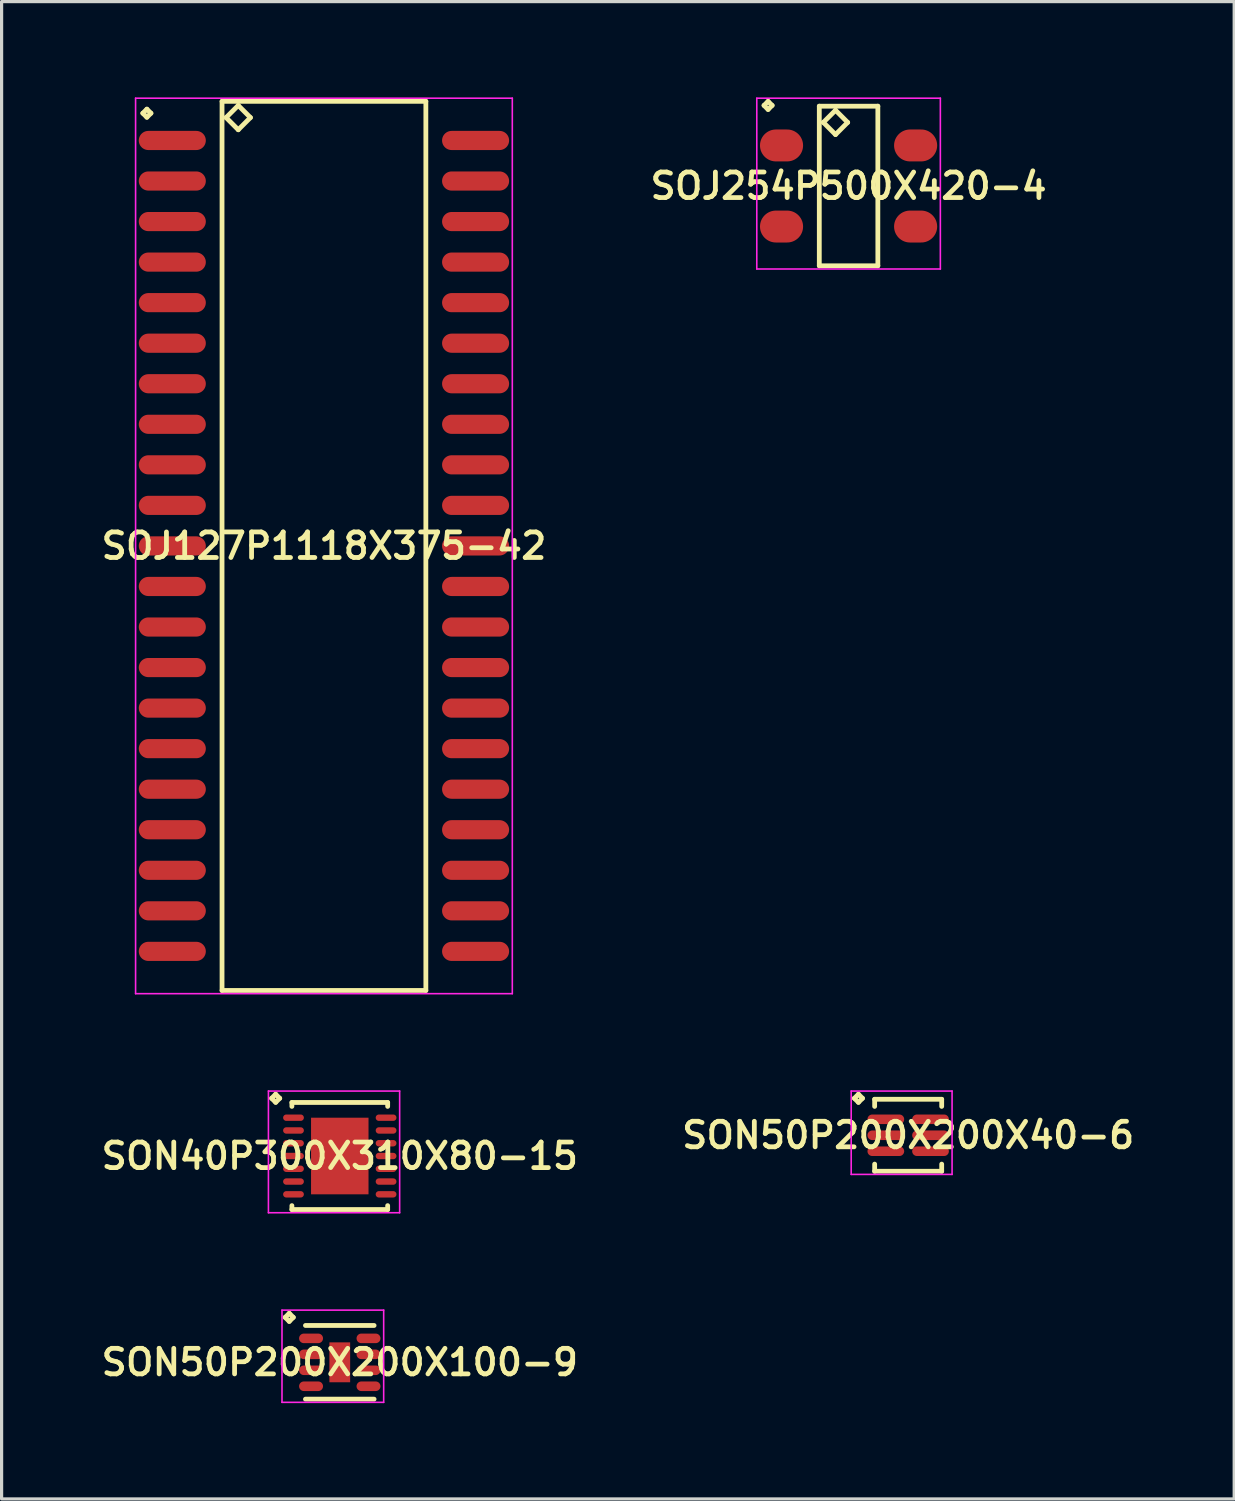
<source format=kicad_pcb>
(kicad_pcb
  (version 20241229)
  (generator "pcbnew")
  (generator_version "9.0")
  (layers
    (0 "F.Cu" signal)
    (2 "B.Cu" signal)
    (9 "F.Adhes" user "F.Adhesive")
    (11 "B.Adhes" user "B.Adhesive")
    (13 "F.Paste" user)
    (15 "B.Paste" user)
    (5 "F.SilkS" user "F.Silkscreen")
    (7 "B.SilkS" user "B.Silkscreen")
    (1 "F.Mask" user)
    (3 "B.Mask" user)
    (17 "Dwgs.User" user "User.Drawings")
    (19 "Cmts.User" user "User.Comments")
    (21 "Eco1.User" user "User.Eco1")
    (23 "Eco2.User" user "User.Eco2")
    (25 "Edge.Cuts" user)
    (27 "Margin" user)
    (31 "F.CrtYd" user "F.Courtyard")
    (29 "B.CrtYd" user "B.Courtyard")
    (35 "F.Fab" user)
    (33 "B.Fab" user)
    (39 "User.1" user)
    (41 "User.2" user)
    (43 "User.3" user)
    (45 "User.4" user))
  (footprint "SON40P300X310X80-15"
    (layer "F.Cu")
    (at 7.593 33.16)
    (property "Reference" "SON40P300X310X80-15" (at 0 0 0) (layer "F.SilkS") (effects (font (size 0.8 0.8) (thickness 0.15))))
    (attr smd)
    (fp_line (start -2.135 -1.808) (end -2.008 -1.935) (stroke (width 0.15) (type solid)) (layer "F.SilkS"))
    (fp_line (start -2.008 -1.935) (end -1.881 -1.808) (stroke (width 0.15) (type solid)) (layer "F.SilkS"))
    (fp_line (start -2.008 -1.681) (end -2.135 -1.808) (stroke (width 0.15) (type solid)) (layer "F.SilkS"))
    (fp_line (start -1.881 -1.808) (end -2.008 -1.681) (stroke (width 0.15) (type solid)) (layer "F.SilkS"))
    (fp_line (start -1.5 -1.677) (end 1.5 -1.677) (stroke (width 0.15) (type solid)) (layer "F.SilkS"))
    (fp_line (start -1.5 -1.554) (end -1.5 -1.677) (stroke (width 0.15) (type solid)) (layer "F.SilkS"))
    (fp_line (start -1.5 1.554) (end -1.5 1.677) (stroke (width 0.15) (type solid)) (layer "F.SilkS"))
    (fp_line (start -1.5 1.677) (end 1.5 1.677) (stroke (width 0.15) (type solid)) (layer "F.SilkS"))
    (fp_line (start 1.5 -1.677) (end 1.5 -1.554) (stroke (width 0.15) (type solid)) (layer "F.SilkS"))
    (fp_line (start 1.5 1.677) (end 1.5 1.554) (stroke (width 0.15) (type solid)) (layer "F.SilkS"))
    (fp_line (start -2.235 -2.035) (end 1.875 -2.035) (stroke (width 0.05) (type solid)) (layer "F.CrtYd"))
    (fp_line (start -2.235 1.777) (end -2.235 -2.035) (stroke (width 0.05) (type solid)) (layer "F.CrtYd"))
    (fp_line (start 1.875 -2.035) (end 1.875 1.777) (stroke (width 0.05) (type solid)) (layer "F.CrtYd"))
    (fp_line (start 1.875 1.777) (end -2.235 1.777) (stroke (width 0.05) (type solid)) (layer "F.CrtYd"))
    (pad "1" smd oval (at -1.45 -1.2) (size 0.65 0.2) (layers "F.Cu" "F.Mask" "F.Paste"))
    (pad "2" smd oval (at -1.45 -0.8) (size 0.65 0.2) (layers "F.Cu" "F.Mask" "F.Paste"))
    (pad "3" smd oval (at -1.45 -0.4) (size 0.65 0.2) (layers "F.Cu" "F.Mask" "F.Paste"))
    (pad "4" smd oval (at -1.45 0) (size 0.65 0.2) (layers "F.Cu" "F.Mask" "F.Paste"))
    (pad "5" smd oval (at -1.45 0.4) (size 0.65 0.2) (layers "F.Cu" "F.Mask" "F.Paste"))
    (pad "6" smd oval (at -1.45 0.8) (size 0.65 0.2) (layers "F.Cu" "F.Mask" "F.Paste"))
    (pad "7" smd oval (at -1.45 1.2) (size 0.65 0.2) (layers "F.Cu" "F.Mask" "F.Paste"))
    (pad "8" smd oval (at 1.45 1.2) (size 0.65 0.2) (layers "F.Cu" "F.Mask" "F.Paste"))
    (pad "9" smd oval (at 1.45 0.8) (size 0.65 0.2) (layers "F.Cu" "F.Mask" "F.Paste"))
    (pad "10" smd oval (at 1.45 0.4) (size 0.65 0.2) (layers "F.Cu" "F.Mask" "F.Paste"))
    (pad "11" smd oval (at 1.45 0) (size 0.65 0.2) (layers "F.Cu" "F.Mask" "F.Paste"))
    (pad "12" smd oval (at 1.45 -0.4) (size 0.65 0.2) (layers "F.Cu" "F.Mask" "F.Paste"))
    (pad "13" smd oval (at 1.45 -0.8) (size 0.65 0.2) (layers "F.Cu" "F.Mask" "F.Paste"))
    (pad "14" smd oval (at 1.45 -1.2) (size 0.65 0.2) (layers "F.Cu" "F.Mask" "F.Paste"))
    (pad "15" smd rect (at 0 0) (size 1.8 2.4) (layers "F.Cu" "F.Mask" "F.Paste")))
  (footprint "SOJ254P500X420-4"
    (layer "F.Cu")
    (at 23.53 2.776)
    (property "Reference" "SOJ254P500X420-4" (at 0 0 0) (layer "F.SilkS") (effects (font (size 0.8 0.8) (thickness 0.15))))
    (attr smd)
    (fp_line (start -2.648 -2.524) (end -2.521 -2.651) (stroke (width 0.15) (type solid)) (layer "F.SilkS"))
    (fp_line (start -2.521 -2.651) (end -2.394 -2.524) (stroke (width 0.15) (type solid)) (layer "F.SilkS"))
    (fp_line (start -2.521 -2.397) (end -2.648 -2.524) (stroke (width 0.15) (type solid)) (layer "F.SilkS"))
    (fp_line (start -2.394 -2.524) (end -2.521 -2.397) (stroke (width 0.15) (type solid)) (layer "F.SilkS"))
    (fp_line (start -0.917 -2.5) (end -0.917 2.5) (stroke (width 0.15) (type solid)) (layer "F.SilkS"))
    (fp_line (start -0.917 2.5) (end 0.917 2.5) (stroke (width 0.15) (type solid)) (layer "F.SilkS"))
    (fp_line (start -0.79 -1.992) (end -0.409 -2.373) (stroke (width 0.15) (type solid)) (layer "F.SilkS"))
    (fp_line (start -0.409 -2.373) (end -0.028 -1.992) (stroke (width 0.15) (type solid)) (layer "F.SilkS"))
    (fp_line (start -0.409 -1.611) (end -0.79 -1.992) (stroke (width 0.15) (type solid)) (layer "F.SilkS"))
    (fp_line (start -0.028 -1.992) (end -0.409 -1.611) (stroke (width 0.15) (type solid)) (layer "F.SilkS"))
    (fp_line (start 0.917 -2.5) (end -0.917 -2.5) (stroke (width 0.15) (type solid)) (layer "F.SilkS"))
    (fp_line (start 0.917 2.5) (end 0.917 -2.5) (stroke (width 0.15) (type solid)) (layer "F.SilkS"))
    (fp_line (start -2.875 -2.751) (end 2.875 -2.751) (stroke (width 0.05) (type solid)) (layer "F.CrtYd"))
    (fp_line (start -2.875 2.6) (end -2.875 -2.751) (stroke (width 0.05) (type solid)) (layer "F.CrtYd"))
    (fp_line (start 2.875 -2.751) (end 2.875 2.6) (stroke (width 0.05) (type solid)) (layer "F.CrtYd"))
    (fp_line (start 2.875 2.6) (end -2.875 2.6) (stroke (width 0.05) (type solid)) (layer "F.CrtYd"))
    (pad "1" smd oval (at -2.1 -1.27) (size 1.35 1) (layers "F.Cu" "F.Mask" "F.Paste"))
    (pad "2" smd oval (at -2.1 1.27) (size 1.35 1) (layers "F.Cu" "F.Mask" "F.Paste"))
    (pad "3" smd oval (at 2.1 1.27) (size 1.35 1) (layers "F.Cu" "F.Mask" "F.Paste"))
    (pad "4" smd oval (at 2.1 -1.27) (size 1.35 1) (layers "F.Cu" "F.Mask" "F.Paste")))
  (footprint "SON50P200X200X100-9"
    (layer "F.Cu")
    (at 7.593 39.622)
    (property "Reference" "SON50P200X200X100-9" (at 0 0 0) (layer "F.SilkS") (effects (font (size 0.8 0.8) (thickness 0.15))))
    (attr smd)
    (fp_line (start -1.71 -1.408) (end -1.583 -1.535) (stroke (width 0.15) (type solid)) (layer "F.SilkS"))
    (fp_line (start -1.583 -1.535) (end -1.456 -1.408) (stroke (width 0.15) (type solid)) (layer "F.SilkS"))
    (fp_line (start -1.583 -1.281) (end -1.71 -1.408) (stroke (width 0.15) (type solid)) (layer "F.SilkS"))
    (fp_line (start -1.456 -1.408) (end -1.583 -1.281) (stroke (width 0.15) (type solid)) (layer "F.SilkS"))
    (fp_line (start -1.075 -1.154) (end 1.075 -1.154) (stroke (width 0.15) (type solid)) (layer "F.SilkS"))
    (fp_line (start -1.075 1.154) (end 1.075 1.154) (stroke (width 0.15) (type solid)) (layer "F.SilkS"))
    (fp_line (start -1.81 -1.635) (end 1.375 -1.635) (stroke (width 0.05) (type solid)) (layer "F.CrtYd"))
    (fp_line (start -1.81 1.254) (end -1.81 -1.635) (stroke (width 0.05) (type solid)) (layer "F.CrtYd"))
    (fp_line (start 1.375 -1.635) (end 1.375 1.254) (stroke (width 0.05) (type solid)) (layer "F.CrtYd"))
    (fp_line (start 1.375 1.254) (end -1.81 1.254) (stroke (width 0.05) (type solid)) (layer "F.CrtYd"))
    (pad "1" smd oval (at -0.9 -0.75) (size 0.75 0.3) (layers "F.Cu" "F.Mask" "F.Paste"))
    (pad "2" smd oval (at -0.9 -0.25) (size 0.75 0.3) (layers "F.Cu" "F.Mask" "F.Paste"))
    (pad "3" smd oval (at -0.9 0.25) (size 0.75 0.3) (layers "F.Cu" "F.Mask" "F.Paste"))
    (pad "4" smd oval (at -0.9 0.75) (size 0.75 0.3) (layers "F.Cu" "F.Mask" "F.Paste"))
    (pad "5" smd oval (at 0.9 0.75) (size 0.75 0.3) (layers "F.Cu" "F.Mask" "F.Paste"))
    (pad "6" smd oval (at 0.9 0.25) (size 0.75 0.3) (layers "F.Cu" "F.Mask" "F.Paste"))
    (pad "7" smd oval (at 0.9 -0.25) (size 0.75 0.3) (layers "F.Cu" "F.Mask" "F.Paste"))
    (pad "8" smd oval (at 0.9 -0.75) (size 0.75 0.3) (layers "F.Cu" "F.Mask" "F.Paste"))
    (pad "9" smd rect (at 0 0) (size 0.65 1.25) (layers "F.Cu" "F.Mask" "F.Paste")))
  (footprint "SOJ127P1118X375-42"
    (layer "F.Cu")
    (at 7.097 14.05)
    (property "Reference" "SOJ127P1118X375-42" (at 0 0 0) (layer "F.SilkS") (effects (font (size 0.8 0.8) (thickness 0.15))))
    (attr smd)
    (fp_line (start -5.673 -13.554) (end -5.546 -13.681) (stroke (width 0.15) (type solid)) (layer "F.SilkS"))
    (fp_line (start -5.546 -13.681) (end -5.419 -13.554) (stroke (width 0.15) (type solid)) (layer "F.SilkS"))
    (fp_line (start -5.546 -13.427) (end -5.673 -13.554) (stroke (width 0.15) (type solid)) (layer "F.SilkS"))
    (fp_line (start -5.419 -13.554) (end -5.546 -13.427) (stroke (width 0.15) (type solid)) (layer "F.SilkS"))
    (fp_line (start -3.192 -13.925) (end -3.192 13.925) (stroke (width 0.15) (type solid)) (layer "F.SilkS"))
    (fp_line (start -3.192 13.925) (end 3.192 13.925) (stroke (width 0.15) (type solid)) (layer "F.SilkS"))
    (fp_line (start -3.065 -13.417) (end -2.684 -13.798) (stroke (width 0.15) (type solid)) (layer "F.SilkS"))
    (fp_line (start -2.684 -13.798) (end -2.303 -13.417) (stroke (width 0.15) (type solid)) (layer "F.SilkS"))
    (fp_line (start -2.684 -13.036) (end -3.065 -13.417) (stroke (width 0.15) (type solid)) (layer "F.SilkS"))
    (fp_line (start -2.303 -13.417) (end -2.684 -13.036) (stroke (width 0.15) (type solid)) (layer "F.SilkS"))
    (fp_line (start 3.192 -13.925) (end -3.192 -13.925) (stroke (width 0.15) (type solid)) (layer "F.SilkS"))
    (fp_line (start 3.192 13.925) (end 3.192 -13.925) (stroke (width 0.15) (type solid)) (layer "F.SilkS"))
    (fp_line (start -5.9 -14.025) (end 5.9 -14.025) (stroke (width 0.05) (type solid)) (layer "F.CrtYd"))
    (fp_line (start -5.9 14.025) (end -5.9 -14.025) (stroke (width 0.05) (type solid)) (layer "F.CrtYd"))
    (fp_line (start 5.9 -14.025) (end 5.9 14.025) (stroke (width 0.05) (type solid)) (layer "F.CrtYd"))
    (fp_line (start 5.9 14.025) (end -5.9 14.025) (stroke (width 0.05) (type solid)) (layer "F.CrtYd"))
    (pad "1" smd oval (at -4.75 -12.7) (size 2.1 0.6) (layers "F.Cu" "F.Mask" "F.Paste"))
    (pad "2" smd oval (at -4.75 -11.43) (size 2.1 0.6) (layers "F.Cu" "F.Mask" "F.Paste"))
    (pad "3" smd oval (at -4.75 -10.16) (size 2.1 0.6) (layers "F.Cu" "F.Mask" "F.Paste"))
    (pad "4" smd oval (at -4.75 -8.89) (size 2.1 0.6) (layers "F.Cu" "F.Mask" "F.Paste"))
    (pad "5" smd oval (at -4.75 -7.62) (size 2.1 0.6) (layers "F.Cu" "F.Mask" "F.Paste"))
    (pad "6" smd oval (at -4.75 -6.35) (size 2.1 0.6) (layers "F.Cu" "F.Mask" "F.Paste"))
    (pad "7" smd oval (at -4.75 -5.08) (size 2.1 0.6) (layers "F.Cu" "F.Mask" "F.Paste"))
    (pad "8" smd oval (at -4.75 -3.81) (size 2.1 0.6) (layers "F.Cu" "F.Mask" "F.Paste"))
    (pad "9" smd oval (at -4.75 -2.54) (size 2.1 0.6) (layers "F.Cu" "F.Mask" "F.Paste"))
    (pad "10" smd oval (at -4.75 -1.27) (size 2.1 0.6) (layers "F.Cu" "F.Mask" "F.Paste"))
    (pad "11" smd oval (at -4.75 0) (size 2.1 0.6) (layers "F.Cu" "F.Mask" "F.Paste"))
    (pad "12" smd oval (at -4.75 1.27) (size 2.1 0.6) (layers "F.Cu" "F.Mask" "F.Paste"))
    (pad "13" smd oval (at -4.75 2.54) (size 2.1 0.6) (layers "F.Cu" "F.Mask" "F.Paste"))
    (pad "14" smd oval (at -4.75 3.81) (size 2.1 0.6) (layers "F.Cu" "F.Mask" "F.Paste"))
    (pad "15" smd oval (at -4.75 5.08) (size 2.1 0.6) (layers "F.Cu" "F.Mask" "F.Paste"))
    (pad "16" smd oval (at -4.75 6.35) (size 2.1 0.6) (layers "F.Cu" "F.Mask" "F.Paste"))
    (pad "17" smd oval (at -4.75 7.62) (size 2.1 0.6) (layers "F.Cu" "F.Mask" "F.Paste"))
    (pad "18" smd oval (at -4.75 8.89) (size 2.1 0.6) (layers "F.Cu" "F.Mask" "F.Paste"))
    (pad "19" smd oval (at -4.75 10.16) (size 2.1 0.6) (layers "F.Cu" "F.Mask" "F.Paste"))
    (pad "20" smd oval (at -4.75 11.43) (size 2.1 0.6) (layers "F.Cu" "F.Mask" "F.Paste"))
    (pad "21" smd oval (at -4.75 12.7) (size 2.1 0.6) (layers "F.Cu" "F.Mask" "F.Paste"))
    (pad "22" smd oval (at 4.75 12.7) (size 2.1 0.6) (layers "F.Cu" "F.Mask" "F.Paste"))
    (pad "23" smd oval (at 4.75 11.43) (size 2.1 0.6) (layers "F.Cu" "F.Mask" "F.Paste"))
    (pad "24" smd oval (at 4.75 10.16) (size 2.1 0.6) (layers "F.Cu" "F.Mask" "F.Paste"))
    (pad "25" smd oval (at 4.75 8.89) (size 2.1 0.6) (layers "F.Cu" "F.Mask" "F.Paste"))
    (pad "26" smd oval (at 4.75 7.62) (size 2.1 0.6) (layers "F.Cu" "F.Mask" "F.Paste"))
    (pad "27" smd oval (at 4.75 6.35) (size 2.1 0.6) (layers "F.Cu" "F.Mask" "F.Paste"))
    (pad "28" smd oval (at 4.75 5.08) (size 2.1 0.6) (layers "F.Cu" "F.Mask" "F.Paste"))
    (pad "29" smd oval (at 4.75 3.81) (size 2.1 0.6) (layers "F.Cu" "F.Mask" "F.Paste"))
    (pad "30" smd oval (at 4.75 2.54) (size 2.1 0.6) (layers "F.Cu" "F.Mask" "F.Paste"))
    (pad "31" smd oval (at 4.75 1.27) (size 2.1 0.6) (layers "F.Cu" "F.Mask" "F.Paste"))
    (pad "32" smd oval (at 4.75 0) (size 2.1 0.6) (layers "F.Cu" "F.Mask" "F.Paste"))
    (pad "33" smd oval (at 4.75 -1.27) (size 2.1 0.6) (layers "F.Cu" "F.Mask" "F.Paste"))
    (pad "34" smd oval (at 4.75 -2.54) (size 2.1 0.6) (layers "F.Cu" "F.Mask" "F.Paste"))
    (pad "35" smd oval (at 4.75 -3.81) (size 2.1 0.6) (layers "F.Cu" "F.Mask" "F.Paste"))
    (pad "36" smd oval (at 4.75 -5.08) (size 2.1 0.6) (layers "F.Cu" "F.Mask" "F.Paste"))
    (pad "37" smd oval (at 4.75 -6.35) (size 2.1 0.6) (layers "F.Cu" "F.Mask" "F.Paste"))
    (pad "38" smd oval (at 4.75 -7.62) (size 2.1 0.6) (layers "F.Cu" "F.Mask" "F.Paste"))
    (pad "39" smd oval (at 4.75 -8.89) (size 2.1 0.6) (layers "F.Cu" "F.Mask" "F.Paste"))
    (pad "40" smd oval (at 4.75 -10.16) (size 2.1 0.6) (layers "F.Cu" "F.Mask" "F.Paste"))
    (pad "41" smd oval (at 4.75 -11.43) (size 2.1 0.6) (layers "F.Cu" "F.Mask" "F.Paste"))
    (pad "42" smd oval (at 4.75 -12.7) (size 2.1 0.6) (layers "F.Cu" "F.Mask" "F.Paste")))
  (footprint "SON50P200X200X40-6"
    (layer "F.Cu")
    (at 25.397 32.51)
    (property "Reference" "SON50P200X200X40-6" (at 0 0 0) (layer "F.SilkS") (effects (font (size 0.8 0.8) (thickness 0.15))))
    (attr smd)
    (fp_line (start -1.685 -1.158) (end -1.558 -1.285) (stroke (width 0.15) (type solid)) (layer "F.SilkS"))
    (fp_line (start -1.558 -1.285) (end -1.431 -1.158) (stroke (width 0.15) (type solid)) (layer "F.SilkS"))
    (fp_line (start -1.558 -1.031) (end -1.685 -1.158) (stroke (width 0.15) (type solid)) (layer "F.SilkS"))
    (fp_line (start -1.431 -1.158) (end -1.558 -1.031) (stroke (width 0.15) (type solid)) (layer "F.SilkS"))
    (fp_line (start -1.05 -1.127) (end 1.05 -1.127) (stroke (width 0.15) (type solid)) (layer "F.SilkS"))
    (fp_line (start -1.05 -0.904) (end -1.05 -1.127) (stroke (width 0.15) (type solid)) (layer "F.SilkS"))
    (fp_line (start -1.05 0.904) (end -1.05 1.127) (stroke (width 0.15) (type solid)) (layer "F.SilkS"))
    (fp_line (start -1.05 1.127) (end 1.05 1.127) (stroke (width 0.15) (type solid)) (layer "F.SilkS"))
    (fp_line (start 1.05 -1.127) (end 1.05 -0.904) (stroke (width 0.15) (type solid)) (layer "F.SilkS"))
    (fp_line (start 1.05 1.127) (end 1.05 0.904) (stroke (width 0.15) (type solid)) (layer "F.SilkS"))
    (fp_line (start -1.785 -1.385) (end 1.375 -1.385) (stroke (width 0.05) (type solid)) (layer "F.CrtYd"))
    (fp_line (start -1.785 1.227) (end -1.785 -1.385) (stroke (width 0.05) (type solid)) (layer "F.CrtYd"))
    (fp_line (start 1.375 -1.385) (end 1.375 1.227) (stroke (width 0.05) (type solid)) (layer "F.CrtYd"))
    (fp_line (start 1.375 1.227) (end -1.785 1.227) (stroke (width 0.05) (type solid)) (layer "F.CrtYd"))
    (pad "1" smd oval (at -0.7 -0.5) (size 1.15 0.3) (layers "F.Cu" "F.Mask" "F.Paste"))
    (pad "2" smd oval (at -0.7 0) (size 1.15 0.3) (layers "F.Cu" "F.Mask" "F.Paste"))
    (pad "3" smd oval (at -0.7 0.5) (size 1.15 0.3) (layers "F.Cu" "F.Mask" "F.Paste"))
    (pad "4" smd oval (at 0.7 0.5) (size 1.15 0.3) (layers "F.Cu" "F.Mask" "F.Paste"))
    (pad "5" smd oval (at 0.7 0) (size 1.15 0.3) (layers "F.Cu" "F.Mask" "F.Paste"))
    (pad "6" smd oval (at 0.7 -0.5) (size 1.15 0.3) (layers "F.Cu" "F.Mask" "F.Paste")))
  (gr_rect
    (start -3 -3)
    (end 35.609 43.901)
    (stroke (width 0.1) (type default))
    (fill no)
    (layer "Edge.Cuts")))
</source>
